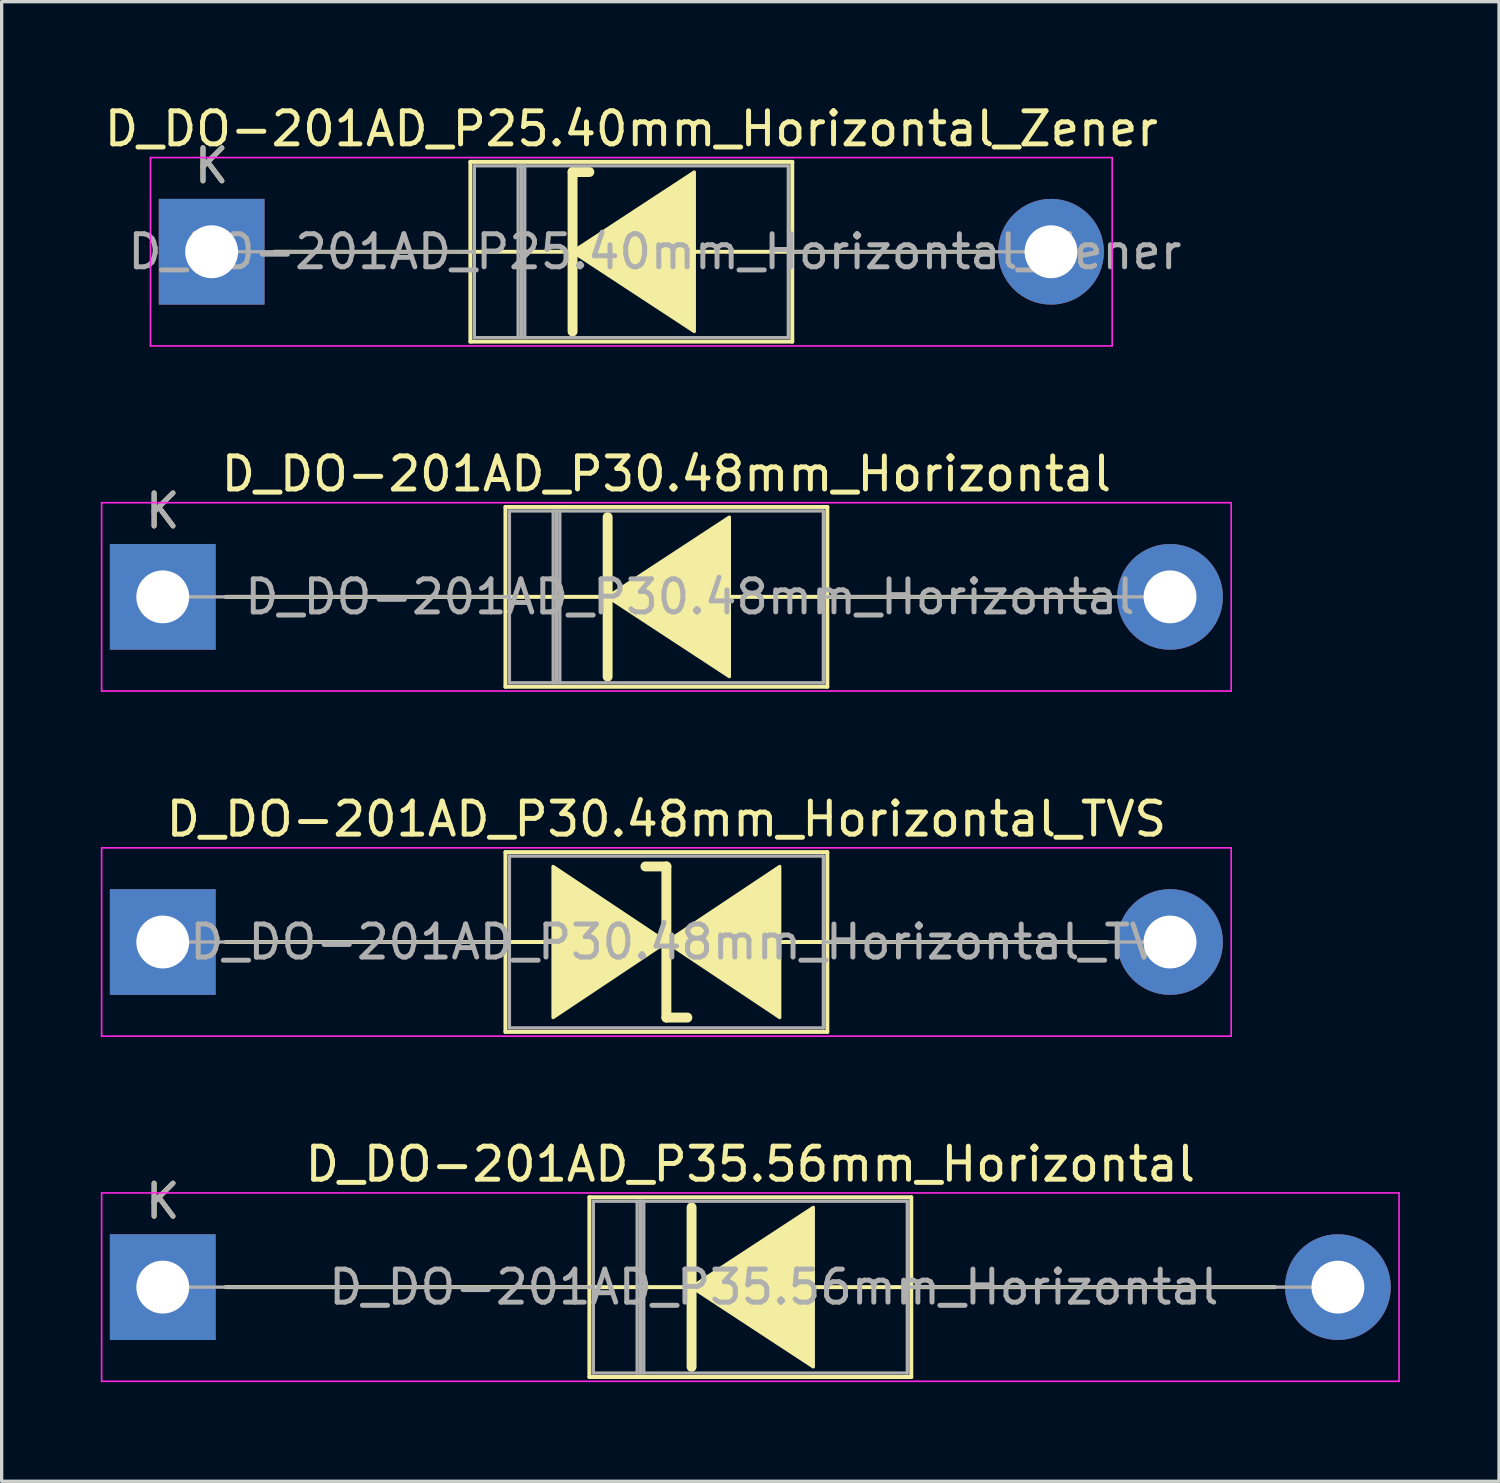
<source format=kicad_pcb>
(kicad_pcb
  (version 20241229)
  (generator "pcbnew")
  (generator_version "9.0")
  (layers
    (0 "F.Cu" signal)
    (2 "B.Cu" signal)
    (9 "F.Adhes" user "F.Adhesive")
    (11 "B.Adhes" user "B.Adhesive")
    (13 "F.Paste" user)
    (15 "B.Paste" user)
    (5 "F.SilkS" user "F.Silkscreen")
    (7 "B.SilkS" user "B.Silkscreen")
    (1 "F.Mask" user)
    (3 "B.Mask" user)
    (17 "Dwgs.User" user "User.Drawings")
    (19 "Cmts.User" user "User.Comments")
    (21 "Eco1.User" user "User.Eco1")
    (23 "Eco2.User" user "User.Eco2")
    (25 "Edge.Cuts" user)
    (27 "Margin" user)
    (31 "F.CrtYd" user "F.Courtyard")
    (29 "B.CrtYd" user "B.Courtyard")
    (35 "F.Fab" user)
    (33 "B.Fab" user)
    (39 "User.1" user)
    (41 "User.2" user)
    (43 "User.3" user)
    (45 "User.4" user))
  (footprint "D_DO-201AD_P30.48mm_Horizontal"
    (layer "F.Cu")
    (at 1.875 15.011)
    (property "Reference" "D_DO-201AD_P30.48mm_Horizontal" (at 15.24 -3.72 0) (layer "F.SilkS") (effects (font (size 1 1) (thickness 0.15))))
    (attr through_hole)
    (fp_line (start 1.905 0) (end 10.37 0) (stroke (width 0.12) (type solid)) (layer "F.SilkS"))
    (fp_line (start 10.37 -2.72) (end 10.37 2.72) (stroke (width 0.12) (type solid)) (layer "F.SilkS"))
    (fp_line (start 10.37 2.72) (end 20.11 2.72) (stroke (width 0.12) (type solid)) (layer "F.SilkS"))
    (fp_line (start 13.335 0) (end 10.37 0) (stroke (width 0.12) (type solid)) (layer "F.SilkS"))
    (fp_line (start 13.462 -2.413) (end 13.462 2.413) (stroke (width 0.3) (type solid)) (layer "F.SilkS"))
    (fp_line (start 17.145 0) (end 20.11 0) (stroke (width 0.12) (type solid)) (layer "F.SilkS"))
    (fp_line (start 20.11 -2.72) (end 10.37 -2.72) (stroke (width 0.12) (type solid)) (layer "F.SilkS"))
    (fp_line (start 20.11 2.72) (end 20.11 -2.72) (stroke (width 0.12) (type solid)) (layer "F.SilkS"))
    (fp_line (start 28.575 0) (end 20.11 0) (stroke (width 0.12) (type solid)) (layer "F.SilkS"))
    (fp_poly (pts (xy 17.145 2.413) (xy 13.462 0) (xy 17.145 -2.413)) (stroke (width 0.1) (type solid)) (fill yes) (layer "F.SilkS"))
    (fp_line (start -1.85 -2.85) (end -1.85 2.85) (stroke (width 0.05) (type solid)) (layer "F.CrtYd"))
    (fp_line (start -1.85 2.85) (end 32.33 2.85) (stroke (width 0.05) (type solid)) (layer "F.CrtYd"))
    (fp_line (start 32.33 -2.85) (end -1.85 -2.85) (stroke (width 0.05) (type solid)) (layer "F.CrtYd"))
    (fp_line (start 32.33 2.85) (end 32.33 -2.85) (stroke (width 0.05) (type solid)) (layer "F.CrtYd"))
    (fp_line (start 0 0) (end 10.49 0) (stroke (width 0.1) (type solid)) (layer "F.Fab"))
    (fp_line (start 10.49 -2.6) (end 10.49 2.6) (stroke (width 0.1) (type solid)) (layer "F.Fab"))
    (fp_line (start 10.49 2.6) (end 19.99 2.6) (stroke (width 0.1) (type solid)) (layer "F.Fab"))
    (fp_line (start 11.815 -2.6) (end 11.815 2.6) (stroke (width 0.1) (type solid)) (layer "F.Fab"))
    (fp_line (start 11.915 -2.6) (end 11.915 2.6) (stroke (width 0.1) (type solid)) (layer "F.Fab"))
    (fp_line (start 12.015 -2.6) (end 12.015 2.6) (stroke (width 0.1) (type solid)) (layer "F.Fab"))
    (fp_line (start 19.99 -2.6) (end 10.49 -2.6) (stroke (width 0.1) (type solid)) (layer "F.Fab"))
    (fp_line (start 19.99 2.6) (end 19.99 -2.6) (stroke (width 0.1) (type solid)) (layer "F.Fab"))
    (fp_line (start 30.48 0) (end 19.99 0) (stroke (width 0.1) (type solid)) (layer "F.Fab"))
    (fp_text user "K" (at 0 -2.6 0) (layer "F.SilkS") (effects (font (size 1 1) (thickness 0.15))))
    (fp_text user "${REFERENCE}" (at 15.953 0 0) (layer "F.Fab") (effects (font (size 1 1) (thickness 0.15))))
    (fp_text user "K" (at 0 -2.6 0) (layer "F.Fab") (effects (font (size 1 1) (thickness 0.15))))
    (pad "1" thru_hole rect (at 0 0) (size 3.2 3.2) (drill 1.6) (layers "*.Cu" "*.Mask"))
    (pad "2" thru_hole oval (at 30.48 0) (size 3.2 3.2) (drill 1.6) (layers "*.Cu" "*.Mask")))
  (footprint "D_DO-201AD_P30.48mm_Horizontal_TVS"
    (layer "F.Cu")
    (at 1.875 25.455)
    (property "Reference" "D_DO-201AD_P30.48mm_Horizontal_TVS" (at 15.24 -3.72 0) (layer "F.SilkS") (effects (font (size 1 1) (thickness 0.15))))
    (attr through_hole)
    (fp_line (start 1.905 0) (end 10.37 0) (stroke (width 0.12) (type solid)) (layer "F.SilkS"))
    (fp_line (start 10.37 -2.72) (end 10.37 2.72) (stroke (width 0.12) (type solid)) (layer "F.SilkS"))
    (fp_line (start 10.37 0) (end 11.811 0) (stroke (width 0.12) (type solid)) (layer "F.SilkS"))
    (fp_line (start 10.37 2.72) (end 20.11 2.72) (stroke (width 0.12) (type solid)) (layer "F.SilkS"))
    (fp_line (start 15.24 -2.286) (end 14.605 -2.286) (stroke (width 0.3) (type solid)) (layer "F.SilkS"))
    (fp_line (start 15.24 2.286) (end 15.24 -2.286) (stroke (width 0.3) (type solid)) (layer "F.SilkS"))
    (fp_line (start 15.875 2.286) (end 15.24 2.286) (stroke (width 0.3) (type solid)) (layer "F.SilkS"))
    (fp_line (start 18.669 0) (end 20.11 0) (stroke (width 0.12) (type solid)) (layer "F.SilkS"))
    (fp_line (start 20.11 -2.72) (end 10.37 -2.72) (stroke (width 0.12) (type solid)) (layer "F.SilkS"))
    (fp_line (start 20.11 2.72) (end 20.11 -2.72) (stroke (width 0.12) (type solid)) (layer "F.SilkS"))
    (fp_line (start 28.575 0) (end 20.11 0) (stroke (width 0.12) (type solid)) (layer "F.SilkS"))
    (fp_poly (pts (xy 15.24 0) (xy 11.811 2.286) (xy 11.811 -2.286)) (stroke (width 0.1) (type solid)) (fill yes) (layer "F.SilkS"))
    (fp_poly (pts (xy 15.24 0) (xy 18.669 -2.286) (xy 18.669 2.286)) (stroke (width 0.1) (type solid)) (fill yes) (layer "F.SilkS"))
    (fp_line (start -1.85 -2.85) (end -1.85 2.85) (stroke (width 0.05) (type solid)) (layer "F.CrtYd"))
    (fp_line (start -1.85 2.85) (end 32.33 2.85) (stroke (width 0.05) (type solid)) (layer "F.CrtYd"))
    (fp_line (start 32.33 -2.85) (end -1.85 -2.85) (stroke (width 0.05) (type solid)) (layer "F.CrtYd"))
    (fp_line (start 32.33 2.85) (end 32.33 -2.85) (stroke (width 0.05) (type solid)) (layer "F.CrtYd"))
    (fp_line (start 0 0) (end 10.49 0) (stroke (width 0.1) (type solid)) (layer "F.Fab"))
    (fp_line (start 10.49 -2.6) (end 10.49 2.6) (stroke (width 0.1) (type solid)) (layer "F.Fab"))
    (fp_line (start 10.49 2.6) (end 19.99 2.6) (stroke (width 0.1) (type solid)) (layer "F.Fab"))
    (fp_line (start 19.99 -2.6) (end 10.49 -2.6) (stroke (width 0.1) (type solid)) (layer "F.Fab"))
    (fp_line (start 19.99 2.6) (end 19.99 -2.6) (stroke (width 0.1) (type solid)) (layer "F.Fab"))
    (fp_line (start 30.48 0) (end 19.99 0) (stroke (width 0.1) (type solid)) (layer "F.Fab"))
    (fp_text user "${REFERENCE}" (at 15.953 0 0) (layer "F.Fab") (effects (font (size 1 1) (thickness 0.15))))
    (pad "1" thru_hole rect (at 0 0) (size 3.2 3.2) (drill 1.6) (layers "*.Cu" "*.Mask"))
    (pad "2" thru_hole oval (at 30.48 0) (size 3.2 3.2) (drill 1.6) (layers "*.Cu" "*.Mask")))
  (footprint "D_DO-201AD_P35.56mm_Horizontal"
    (layer "F.Cu")
    (at 1.875 35.898)
    (property "Reference" "D_DO-201AD_P35.56mm_Horizontal" (at 17.78 -3.72 0) (layer "F.SilkS") (effects (font (size 1 1) (thickness 0.15))))
    (attr through_hole)
    (fp_line (start 1.905 0) (end 12.91 0) (stroke (width 0.12) (type solid)) (layer "F.SilkS"))
    (fp_line (start 12.91 -2.72) (end 12.91 2.72) (stroke (width 0.12) (type solid)) (layer "F.SilkS"))
    (fp_line (start 12.91 2.72) (end 22.65 2.72) (stroke (width 0.12) (type solid)) (layer "F.SilkS"))
    (fp_line (start 15.875 0) (end 12.91 0) (stroke (width 0.12) (type solid)) (layer "F.SilkS"))
    (fp_line (start 16.002 -2.413) (end 16.002 2.413) (stroke (width 0.3) (type solid)) (layer "F.SilkS"))
    (fp_line (start 19.685 0) (end 22.65 0) (stroke (width 0.12) (type solid)) (layer "F.SilkS"))
    (fp_line (start 22.65 -2.72) (end 12.91 -2.72) (stroke (width 0.12) (type solid)) (layer "F.SilkS"))
    (fp_line (start 22.65 2.72) (end 22.65 -2.72) (stroke (width 0.12) (type solid)) (layer "F.SilkS"))
    (fp_line (start 33.655 0) (end 22.65 0) (stroke (width 0.12) (type solid)) (layer "F.SilkS"))
    (fp_poly (pts (xy 19.685 2.413) (xy 16.002 0) (xy 19.685 -2.413)) (stroke (width 0.1) (type solid)) (fill yes) (layer "F.SilkS"))
    (fp_line (start -1.85 -2.85) (end -1.85 2.85) (stroke (width 0.05) (type solid)) (layer "F.CrtYd"))
    (fp_line (start -1.85 2.85) (end 37.41 2.85) (stroke (width 0.05) (type solid)) (layer "F.CrtYd"))
    (fp_line (start 37.41 -2.85) (end -1.85 -2.85) (stroke (width 0.05) (type solid)) (layer "F.CrtYd"))
    (fp_line (start 37.41 2.85) (end 37.41 -2.85) (stroke (width 0.05) (type solid)) (layer "F.CrtYd"))
    (fp_line (start 0 0) (end 13.03 0) (stroke (width 0.1) (type solid)) (layer "F.Fab"))
    (fp_line (start 13.03 -2.6) (end 13.03 2.6) (stroke (width 0.1) (type solid)) (layer "F.Fab"))
    (fp_line (start 13.03 2.6) (end 22.53 2.6) (stroke (width 0.1) (type solid)) (layer "F.Fab"))
    (fp_line (start 14.355 -2.6) (end 14.355 2.6) (stroke (width 0.1) (type solid)) (layer "F.Fab"))
    (fp_line (start 14.455 -2.6) (end 14.455 2.6) (stroke (width 0.1) (type solid)) (layer "F.Fab"))
    (fp_line (start 14.555 -2.6) (end 14.555 2.6) (stroke (width 0.1) (type solid)) (layer "F.Fab"))
    (fp_line (start 22.53 -2.6) (end 13.03 -2.6) (stroke (width 0.1) (type solid)) (layer "F.Fab"))
    (fp_line (start 22.53 2.6) (end 22.53 -2.6) (stroke (width 0.1) (type solid)) (layer "F.Fab"))
    (fp_line (start 35.56 0) (end 22.53 0) (stroke (width 0.1) (type solid)) (layer "F.Fab"))
    (fp_text user "K" (at 0 -2.6 0) (layer "F.SilkS") (effects (font (size 1 1) (thickness 0.15))))
    (fp_text user "K" (at 0 -2.6 0) (layer "F.Fab") (effects (font (size 1 1) (thickness 0.15))))
    (fp_text user "${REFERENCE}" (at 18.492 0 0) (layer "F.Fab") (effects (font (size 1 1) (thickness 0.15))))
    (pad "1" thru_hole rect (at 0 0) (size 3.2 3.2) (drill 1.6) (layers "*.Cu" "*.Mask"))
    (pad "2" thru_hole oval (at 35.56 0) (size 3.2 3.2) (drill 1.6) (layers "*.Cu" "*.Mask")))
  (footprint "D_DO-201AD_P25.40mm_Horizontal_Zener"
    (layer "F.Cu")
    (at 3.354 4.568)
    (property "Reference" "D_DO-201AD_P25.40mm_Horizontal_Zener" (at 12.7 -3.72 0) (layer "F.SilkS") (effects (font (size 1 1) (thickness 0.15))))
    (attr through_hole)
    (fp_line (start 1.905 0) (end 7.83 0) (stroke (width 0.12) (type solid)) (layer "F.SilkS"))
    (fp_line (start 7.83 -2.72) (end 7.83 2.72) (stroke (width 0.12) (type solid)) (layer "F.SilkS"))
    (fp_line (start 7.83 2.72) (end 17.57 2.72) (stroke (width 0.12) (type solid)) (layer "F.SilkS"))
    (fp_line (start 10.795 0) (end 7.83 0) (stroke (width 0.12) (type solid)) (layer "F.SilkS"))
    (fp_line (start 10.922 -2.413) (end 10.922 2.413) (stroke (width 0.3) (type solid)) (layer "F.SilkS"))
    (fp_line (start 10.922 -2.413) (end 11.43 -2.413) (stroke (width 0.3) (type solid)) (layer "F.SilkS"))
    (fp_line (start 14.605 0) (end 17.57 0) (stroke (width 0.12) (type solid)) (layer "F.SilkS"))
    (fp_line (start 17.57 -2.72) (end 7.83 -2.72) (stroke (width 0.12) (type solid)) (layer "F.SilkS"))
    (fp_line (start 17.57 2.72) (end 17.57 -2.72) (stroke (width 0.12) (type solid)) (layer "F.SilkS"))
    (fp_line (start 23.495 0) (end 17.57 0) (stroke (width 0.12) (type solid)) (layer "F.SilkS"))
    (fp_poly (pts (xy 14.605 2.413) (xy 10.922 0) (xy 14.605 -2.413)) (stroke (width 0.1) (type solid)) (fill yes) (layer "F.SilkS"))
    (fp_line (start -1.85 -2.85) (end -1.85 2.85) (stroke (width 0.05) (type solid)) (layer "F.CrtYd"))
    (fp_line (start -1.85 2.85) (end 27.25 2.85) (stroke (width 0.05) (type solid)) (layer "F.CrtYd"))
    (fp_line (start 27.25 -2.85) (end -1.85 -2.85) (stroke (width 0.05) (type solid)) (layer "F.CrtYd"))
    (fp_line (start 27.25 2.85) (end 27.25 -2.85) (stroke (width 0.05) (type solid)) (layer "F.CrtYd"))
    (fp_line (start 0 0) (end 7.95 0) (stroke (width 0.1) (type solid)) (layer "F.Fab"))
    (fp_line (start 7.95 -2.6) (end 7.95 2.6) (stroke (width 0.1) (type solid)) (layer "F.Fab"))
    (fp_line (start 7.95 2.6) (end 17.45 2.6) (stroke (width 0.1) (type solid)) (layer "F.Fab"))
    (fp_line (start 9.275 -2.6) (end 9.275 2.6) (stroke (width 0.1) (type solid)) (layer "F.Fab"))
    (fp_line (start 9.375 -2.6) (end 9.375 2.6) (stroke (width 0.1) (type solid)) (layer "F.Fab"))
    (fp_line (start 9.475 -2.6) (end 9.475 2.6) (stroke (width 0.1) (type solid)) (layer "F.Fab"))
    (fp_line (start 17.45 -2.6) (end 7.95 -2.6) (stroke (width 0.1) (type solid)) (layer "F.Fab"))
    (fp_line (start 17.45 2.6) (end 17.45 -2.6) (stroke (width 0.1) (type solid)) (layer "F.Fab"))
    (fp_line (start 25.4 0) (end 17.45 0) (stroke (width 0.1) (type solid)) (layer "F.Fab"))
    (fp_text user "K" (at 0 -2.6 0) (layer "F.SilkS") (effects (font (size 1 1) (thickness 0.15))))
    (fp_text user "${REFERENCE}" (at 13.412 0 0) (layer "F.Fab") (effects (font (size 1 1) (thickness 0.15))))
    (fp_text user "K" (at 0 -2.6 0) (layer "F.Fab") (effects (font (size 1 1) (thickness 0.15))))
    (pad "1" thru_hole rect (at 0 0) (size 3.2 3.2) (drill 1.6) (layers "*.Cu" "*.Mask"))
    (pad "2" thru_hole oval (at 25.4 0) (size 3.2 3.2) (drill 1.6) (layers "*.Cu" "*.Mask")))
  (gr_rect
    (start -3 -3)
    (end 42.31 41.773)
    (stroke (width 0.1) (type default))
    (fill no)
    (layer "Edge.Cuts")))
</source>
